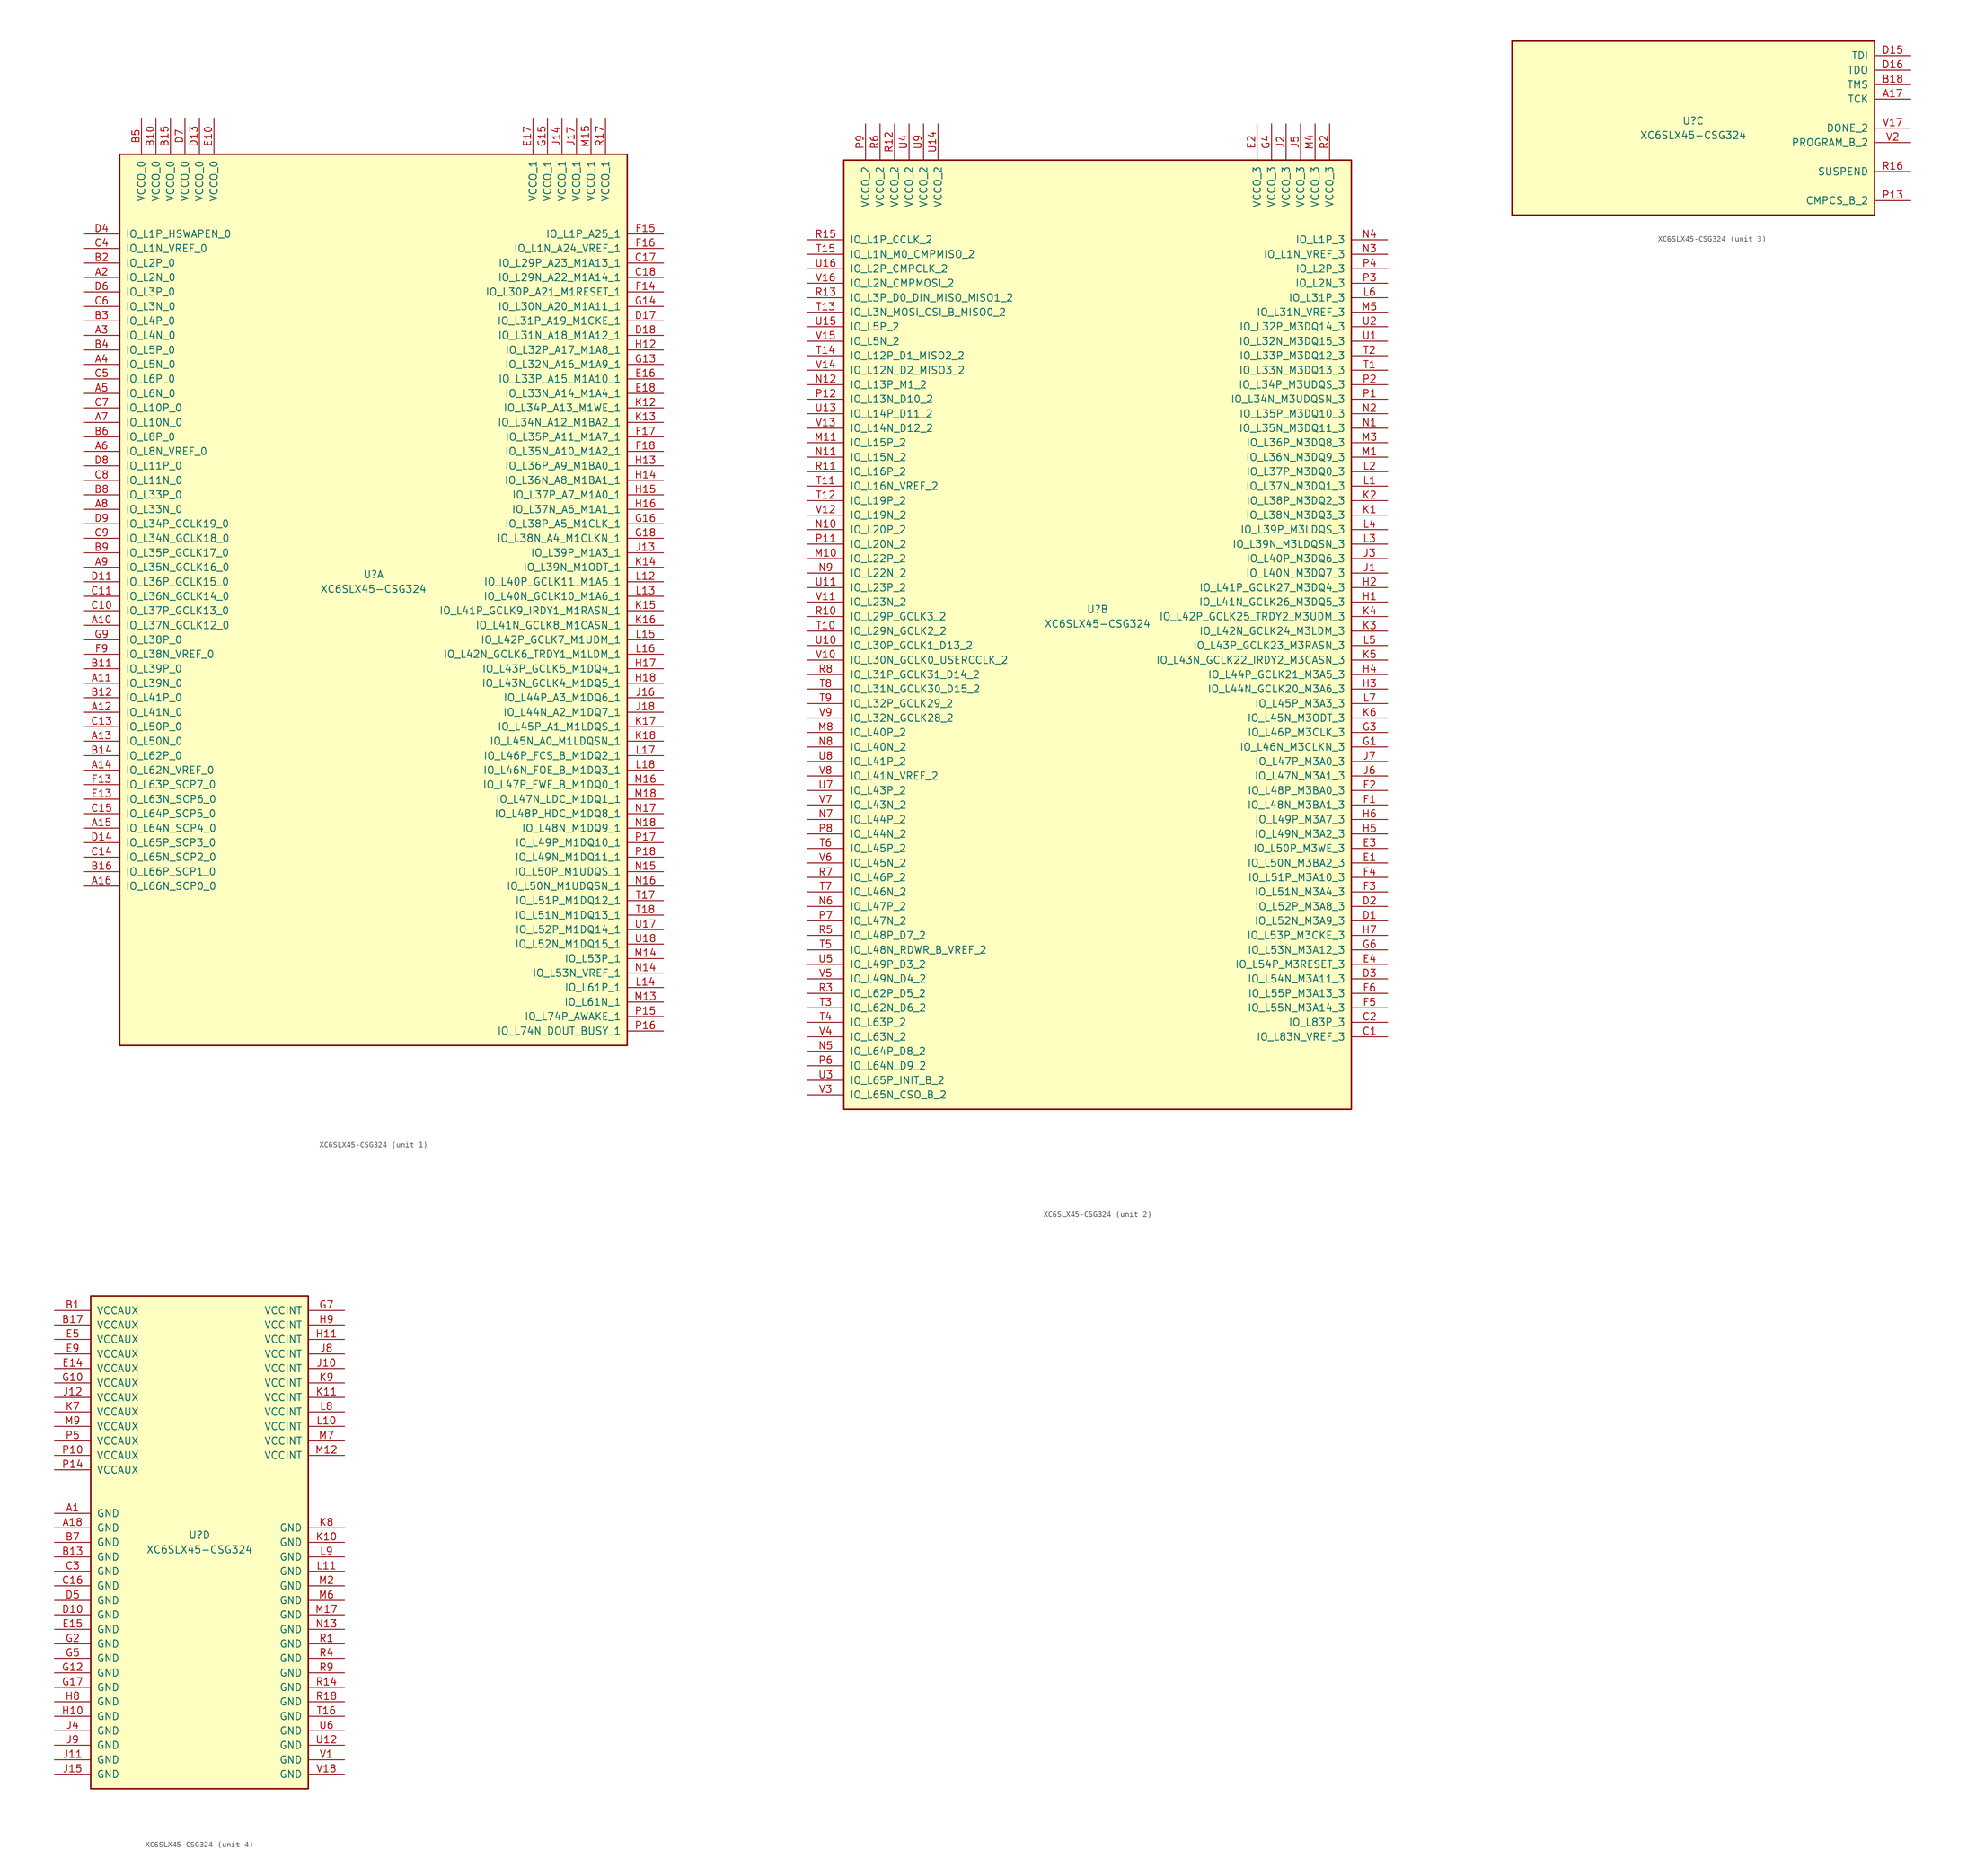
<source format=kicad_sym>
(kicad_symbol_lib
  (version 20201005)
  (generator kicad_symbol_editor)
  (symbol "XC6SLX45-CSG324"
    (pin_names
      (offset 1.016))
    (property "Reference" "U"
      (at 0 1.27 0)
      (effects (font (size 1.27 1.27))))
    (property "Value" "XC6SLX45-CSG324"
      (at 0 -1.27 0)
      (effects (font (size 1.27 1.27))))
    (property "Datasheet" ""
      (at 0 0 0)
      (effects (font (size 1.27 1.27))))
    (property "ki_locked" ""
      (at 0 0 0)
      (effects (font (size 1.27 1.27))))
    (symbol "XC6SLX45-CSG324_1_1"
      (rectangle (start -44.45 74.93) (end 44.45 -81.28) (stroke (width 0.254)) (fill (type background)))
      (pin power_in line (at -40.64 81.28 270) (length 6.35) (name "VCCO_0" (effects (font (size 1.27 1.27)))) (number "B5" (effects (font (size 1.27 1.27)))))
      (pin power_in line (at -38.1 81.28 270) (length 6.35) (name "VCCO_0" (effects (font (size 1.27 1.27)))) (number "B10" (effects (font (size 1.27 1.27)))))
      (pin power_in line (at -35.56 81.28 270) (length 6.35) (name "VCCO_0" (effects (font (size 1.27 1.27)))) (number "B15" (effects (font (size 1.27 1.27)))))
      (pin power_in line (at -33.02 81.28 270) (length 6.35) (name "VCCO_0" (effects (font (size 1.27 1.27)))) (number "D7" (effects (font (size 1.27 1.27)))))
      (pin power_in line (at -30.48 81.28 270) (length 6.35) (name "VCCO_0" (effects (font (size 1.27 1.27)))) (number "D13" (effects (font (size 1.27 1.27)))))
      (pin power_in line (at -27.94 81.28 270) (length 6.35) (name "VCCO_0" (effects (font (size 1.27 1.27)))) (number "E10" (effects (font (size 1.27 1.27)))))
      (pin bidirectional line (at -50.8 60.96 0) (length 6.35) (name "IO_L1P_HSWAPEN_0" (effects (font (size 1.27 1.27)))) (number "D4" (effects (font (size 1.27 1.27)))))
      (pin bidirectional line (at -50.8 58.42 0) (length 6.35) (name "IO_L1N_VREF_0" (effects (font (size 1.27 1.27)))) (number "C4" (effects (font (size 1.27 1.27)))))
      (pin bidirectional line (at -50.8 55.88 0) (length 6.35) (name "IO_L2P_0" (effects (font (size 1.27 1.27)))) (number "B2" (effects (font (size 1.27 1.27)))))
      (pin bidirectional line (at -50.8 53.34 0) (length 6.35) (name "IO_L2N_0" (effects (font (size 1.27 1.27)))) (number "A2" (effects (font (size 1.27 1.27)))))
      (pin bidirectional line (at -50.8 50.8 0) (length 6.35) (name "IO_L3P_0" (effects (font (size 1.27 1.27)))) (number "D6" (effects (font (size 1.27 1.27)))))
      (pin bidirectional line (at -50.8 48.26 0) (length 6.35) (name "IO_L3N_0" (effects (font (size 1.27 1.27)))) (number "C6" (effects (font (size 1.27 1.27)))))
      (pin bidirectional line (at -50.8 45.72 0) (length 6.35) (name "IO_L4P_0" (effects (font (size 1.27 1.27)))) (number "B3" (effects (font (size 1.27 1.27)))))
      (pin bidirectional line (at -50.8 43.18 0) (length 6.35) (name "IO_L4N_0" (effects (font (size 1.27 1.27)))) (number "A3" (effects (font (size 1.27 1.27)))))
      (pin bidirectional line (at -50.8 40.64 0) (length 6.35) (name "IO_L5P_0" (effects (font (size 1.27 1.27)))) (number "B4" (effects (font (size 1.27 1.27)))))
      (pin bidirectional line (at -50.8 38.1 0) (length 6.35) (name "IO_L5N_0" (effects (font (size 1.27 1.27)))) (number "A4" (effects (font (size 1.27 1.27)))))
      (pin bidirectional line (at -50.8 35.56 0) (length 6.35) (name "IO_L6P_0" (effects (font (size 1.27 1.27)))) (number "C5" (effects (font (size 1.27 1.27)))))
      (pin bidirectional line (at -50.8 33.02 0) (length 6.35) (name "IO_L6N_0" (effects (font (size 1.27 1.27)))) (number "A5" (effects (font (size 1.27 1.27)))))
      (pin bidirectional line (at -50.8 30.48 0) (length 6.35) (name "IO_L10P_0" (effects (font (size 1.27 1.27)))) (number "C7" (effects (font (size 1.27 1.27)))))
      (pin bidirectional line (at -50.8 27.94 0) (length 6.35) (name "IO_L10N_0" (effects (font (size 1.27 1.27)))) (number "A7" (effects (font (size 1.27 1.27)))))
      (pin bidirectional line (at -50.8 25.4 0) (length 6.35) (name "IO_L8P_0" (effects (font (size 1.27 1.27)))) (number "B6" (effects (font (size 1.27 1.27)))))
      (pin bidirectional line (at -50.8 22.86 0) (length 6.35) (name "IO_L8N_VREF_0" (effects (font (size 1.27 1.27)))) (number "A6" (effects (font (size 1.27 1.27)))))
      (pin bidirectional line (at -50.8 20.32 0) (length 6.35) (name "IO_L11P_0" (effects (font (size 1.27 1.27)))) (number "D8" (effects (font (size 1.27 1.27)))))
      (pin bidirectional line (at -50.8 17.78 0) (length 6.35) (name "IO_L11N_0" (effects (font (size 1.27 1.27)))) (number "C8" (effects (font (size 1.27 1.27)))))
      (pin bidirectional line (at -50.8 15.24 0) (length 6.35) (name "IO_L33P_0" (effects (font (size 1.27 1.27)))) (number "B8" (effects (font (size 1.27 1.27)))))
      (pin bidirectional line (at -50.8 12.7 0) (length 6.35) (name "IO_L33N_0" (effects (font (size 1.27 1.27)))) (number "A8" (effects (font (size 1.27 1.27)))))
      (pin bidirectional line (at -50.8 10.16 0) (length 6.35) (name "IO_L34P_GCLK19_0" (effects (font (size 1.27 1.27)))) (number "D9" (effects (font (size 1.27 1.27)))))
      (pin bidirectional line (at -50.8 7.62 0) (length 6.35) (name "IO_L34N_GCLK18_0" (effects (font (size 1.27 1.27)))) (number "C9" (effects (font (size 1.27 1.27)))))
      (pin bidirectional line (at -50.8 5.08 0) (length 6.35) (name "IO_L35P_GCLK17_0" (effects (font (size 1.27 1.27)))) (number "B9" (effects (font (size 1.27 1.27)))))
      (pin bidirectional line (at -50.8 2.54 0) (length 6.35) (name "IO_L35N_GCLK16_0" (effects (font (size 1.27 1.27)))) (number "A9" (effects (font (size 1.27 1.27)))))
      (pin bidirectional line (at -50.8 0 0) (length 6.35) (name "IO_L36P_GCLK15_0" (effects (font (size 1.27 1.27)))) (number "D11" (effects (font (size 1.27 1.27)))))
      (pin bidirectional line (at -50.8 -2.54 0) (length 6.35) (name "IO_L36N_GCLK14_0" (effects (font (size 1.27 1.27)))) (number "C11" (effects (font (size 1.27 1.27)))))
      (pin bidirectional line (at -50.8 -5.08 0) (length 6.35) (name "IO_L37P_GCLK13_0" (effects (font (size 1.27 1.27)))) (number "C10" (effects (font (size 1.27 1.27)))))
      (pin bidirectional line (at -50.8 -7.62 0) (length 6.35) (name "IO_L37N_GCLK12_0" (effects (font (size 1.27 1.27)))) (number "A10" (effects (font (size 1.27 1.27)))))
      (pin bidirectional line (at -50.8 -10.16 0) (length 6.35) (name "IO_L38P_0" (effects (font (size 1.27 1.27)))) (number "G9" (effects (font (size 1.27 1.27)))))
      (pin bidirectional line (at -50.8 -12.7 0) (length 6.35) (name "IO_L38N_VREF_0" (effects (font (size 1.27 1.27)))) (number "F9" (effects (font (size 1.27 1.27)))))
      (pin bidirectional line (at -50.8 -15.24 0) (length 6.35) (name "IO_L39P_0" (effects (font (size 1.27 1.27)))) (number "B11" (effects (font (size 1.27 1.27)))))
      (pin bidirectional line (at -50.8 -17.78 0) (length 6.35) (name "IO_L39N_0" (effects (font (size 1.27 1.27)))) (number "A11" (effects (font (size 1.27 1.27)))))
      (pin bidirectional line (at -50.8 -20.32 0) (length 6.35) (name "IO_L41P_0" (effects (font (size 1.27 1.27)))) (number "B12" (effects (font (size 1.27 1.27)))))
      (pin bidirectional line (at -50.8 -22.86 0) (length 6.35) (name "IO_L41N_0" (effects (font (size 1.27 1.27)))) (number "A12" (effects (font (size 1.27 1.27)))))
      (pin bidirectional line (at -50.8 -25.4 0) (length 6.35) (name "IO_L50P_0" (effects (font (size 1.27 1.27)))) (number "C13" (effects (font (size 1.27 1.27)))))
      (pin bidirectional line (at -50.8 -27.94 0) (length 6.35) (name "IO_L50N_0" (effects (font (size 1.27 1.27)))) (number "A13" (effects (font (size 1.27 1.27)))))
      (pin bidirectional line (at -50.8 -30.48 0) (length 6.35) (name "IO_L62P_0" (effects (font (size 1.27 1.27)))) (number "B14" (effects (font (size 1.27 1.27)))))
      (pin bidirectional line (at -50.8 -33.02 0) (length 6.35) (name "IO_L62N_VREF_0" (effects (font (size 1.27 1.27)))) (number "A14" (effects (font (size 1.27 1.27)))))
      (pin bidirectional line (at -50.8 -35.56 0) (length 6.35) (name "IO_L63P_SCP7_0" (effects (font (size 1.27 1.27)))) (number "F13" (effects (font (size 1.27 1.27)))))
      (pin bidirectional line (at -50.8 -38.1 0) (length 6.35) (name "IO_L63N_SCP6_0" (effects (font (size 1.27 1.27)))) (number "E13" (effects (font (size 1.27 1.27)))))
      (pin bidirectional line (at -50.8 -40.64 0) (length 6.35) (name "IO_L64P_SCP5_0" (effects (font (size 1.27 1.27)))) (number "C15" (effects (font (size 1.27 1.27)))))
      (pin bidirectional line (at -50.8 -43.18 0) (length 6.35) (name "IO_L64N_SCP4_0" (effects (font (size 1.27 1.27)))) (number "A15" (effects (font (size 1.27 1.27)))))
      (pin bidirectional line (at -50.8 -45.72 0) (length 6.35) (name "IO_L65P_SCP3_0" (effects (font (size 1.27 1.27)))) (number "D14" (effects (font (size 1.27 1.27)))))
      (pin bidirectional line (at -50.8 -48.26 0) (length 6.35) (name "IO_L65N_SCP2_0" (effects (font (size 1.27 1.27)))) (number "C14" (effects (font (size 1.27 1.27)))))
      (pin bidirectional line (at -50.8 -50.8 0) (length 6.35) (name "IO_L66P_SCP1_0" (effects (font (size 1.27 1.27)))) (number "B16" (effects (font (size 1.27 1.27)))))
      (pin bidirectional line (at -50.8 -53.34 0) (length 6.35) (name "IO_L66N_SCP0_0" (effects (font (size 1.27 1.27)))) (number "A16" (effects (font (size 1.27 1.27)))))
      (pin power_in line (at 27.94 81.28 270) (length 6.35) (name "VCCO_1" (effects (font (size 1.27 1.27)))) (number "E17" (effects (font (size 1.27 1.27)))))
      (pin power_in line (at 30.48 81.28 270) (length 6.35) (name "VCCO_1" (effects (font (size 1.27 1.27)))) (number "G15" (effects (font (size 1.27 1.27)))))
      (pin power_in line (at 33.02 81.28 270) (length 6.35) (name "VCCO_1" (effects (font (size 1.27 1.27)))) (number "J14" (effects (font (size 1.27 1.27)))))
      (pin power_in line (at 35.56 81.28 270) (length 6.35) (name "VCCO_1" (effects (font (size 1.27 1.27)))) (number "J17" (effects (font (size 1.27 1.27)))))
      (pin power_in line (at 38.1 81.28 270) (length 6.35) (name "VCCO_1" (effects (font (size 1.27 1.27)))) (number "M15" (effects (font (size 1.27 1.27)))))
      (pin power_in line (at 40.64 81.28 270) (length 6.35) (name "VCCO_1" (effects (font (size 1.27 1.27)))) (number "R17" (effects (font (size 1.27 1.27)))))
      (pin bidirectional line (at 50.8 60.96 180) (length 6.35) (name "IO_L1P_A25_1" (effects (font (size 1.27 1.27)))) (number "F15" (effects (font (size 1.27 1.27)))))
      (pin bidirectional line (at 50.8 58.42 180) (length 6.35) (name "IO_L1N_A24_VREF_1" (effects (font (size 1.27 1.27)))) (number "F16" (effects (font (size 1.27 1.27)))))
      (pin bidirectional line (at 50.8 55.88 180) (length 6.35) (name "IO_L29P_A23_M1A13_1" (effects (font (size 1.27 1.27)))) (number "C17" (effects (font (size 1.27 1.27)))))
      (pin bidirectional line (at 50.8 53.34 180) (length 6.35) (name "IO_L29N_A22_M1A14_1" (effects (font (size 1.27 1.27)))) (number "C18" (effects (font (size 1.27 1.27)))))
      (pin bidirectional line (at 50.8 50.8 180) (length 6.35) (name "IO_L30P_A21_M1RESET_1" (effects (font (size 1.27 1.27)))) (number "F14" (effects (font (size 1.27 1.27)))))
      (pin bidirectional line (at 50.8 48.26 180) (length 6.35) (name "IO_L30N_A20_M1A11_1" (effects (font (size 1.27 1.27)))) (number "G14" (effects (font (size 1.27 1.27)))))
      (pin bidirectional line (at 50.8 45.72 180) (length 6.35) (name "IO_L31P_A19_M1CKE_1" (effects (font (size 1.27 1.27)))) (number "D17" (effects (font (size 1.27 1.27)))))
      (pin bidirectional line (at 50.8 43.18 180) (length 6.35) (name "IO_L31N_A18_M1A12_1" (effects (font (size 1.27 1.27)))) (number "D18" (effects (font (size 1.27 1.27)))))
      (pin bidirectional line (at 50.8 40.64 180) (length 6.35) (name "IO_L32P_A17_M1A8_1" (effects (font (size 1.27 1.27)))) (number "H12" (effects (font (size 1.27 1.27)))))
      (pin bidirectional line (at 50.8 38.1 180) (length 6.35) (name "IO_L32N_A16_M1A9_1" (effects (font (size 1.27 1.27)))) (number "G13" (effects (font (size 1.27 1.27)))))
      (pin bidirectional line (at 50.8 35.56 180) (length 6.35) (name "IO_L33P_A15_M1A10_1" (effects (font (size 1.27 1.27)))) (number "E16" (effects (font (size 1.27 1.27)))))
      (pin bidirectional line (at 50.8 33.02 180) (length 6.35) (name "IO_L33N_A14_M1A4_1" (effects (font (size 1.27 1.27)))) (number "E18" (effects (font (size 1.27 1.27)))))
      (pin bidirectional line (at 50.8 30.48 180) (length 6.35) (name "IO_L34P_A13_M1WE_1" (effects (font (size 1.27 1.27)))) (number "K12" (effects (font (size 1.27 1.27)))))
      (pin bidirectional line (at 50.8 27.94 180) (length 6.35) (name "IO_L34N_A12_M1BA2_1" (effects (font (size 1.27 1.27)))) (number "K13" (effects (font (size 1.27 1.27)))))
      (pin bidirectional line (at 50.8 25.4 180) (length 6.35) (name "IO_L35P_A11_M1A7_1" (effects (font (size 1.27 1.27)))) (number "F17" (effects (font (size 1.27 1.27)))))
      (pin bidirectional line (at 50.8 22.86 180) (length 6.35) (name "IO_L35N_A10_M1A2_1" (effects (font (size 1.27 1.27)))) (number "F18" (effects (font (size 1.27 1.27)))))
      (pin bidirectional line (at 50.8 20.32 180) (length 6.35) (name "IO_L36P_A9_M1BA0_1" (effects (font (size 1.27 1.27)))) (number "H13" (effects (font (size 1.27 1.27)))))
      (pin bidirectional line (at 50.8 17.78 180) (length 6.35) (name "IO_L36N_A8_M1BA1_1" (effects (font (size 1.27 1.27)))) (number "H14" (effects (font (size 1.27 1.27)))))
      (pin bidirectional line (at 50.8 15.24 180) (length 6.35) (name "IO_L37P_A7_M1A0_1" (effects (font (size 1.27 1.27)))) (number "H15" (effects (font (size 1.27 1.27)))))
      (pin bidirectional line (at 50.8 12.7 180) (length 6.35) (name "IO_L37N_A6_M1A1_1" (effects (font (size 1.27 1.27)))) (number "H16" (effects (font (size 1.27 1.27)))))
      (pin bidirectional line (at 50.8 10.16 180) (length 6.35) (name "IO_L38P_A5_M1CLK_1" (effects (font (size 1.27 1.27)))) (number "G16" (effects (font (size 1.27 1.27)))))
      (pin bidirectional line (at 50.8 7.62 180) (length 6.35) (name "IO_L38N_A4_M1CLKN_1" (effects (font (size 1.27 1.27)))) (number "G18" (effects (font (size 1.27 1.27)))))
      (pin bidirectional line (at 50.8 5.08 180) (length 6.35) (name "IO_L39P_M1A3_1" (effects (font (size 1.27 1.27)))) (number "J13" (effects (font (size 1.27 1.27)))))
      (pin bidirectional line (at 50.8 2.54 180) (length 6.35) (name "IO_L39N_M1ODT_1" (effects (font (size 1.27 1.27)))) (number "K14" (effects (font (size 1.27 1.27)))))
      (pin bidirectional line (at 50.8 0 180) (length 6.35) (name "IO_L40P_GCLK11_M1A5_1" (effects (font (size 1.27 1.27)))) (number "L12" (effects (font (size 1.27 1.27)))))
      (pin bidirectional line (at 50.8 -2.54 180) (length 6.35) (name "IO_L40N_GCLK10_M1A6_1" (effects (font (size 1.27 1.27)))) (number "L13" (effects (font (size 1.27 1.27)))))
      (pin bidirectional line (at 50.8 -5.08 180) (length 6.35) (name "IO_L41P_GCLK9_IRDY1_M1RASN_1" (effects (font (size 1.27 1.27)))) (number "K15" (effects (font (size 1.27 1.27)))))
      (pin bidirectional line (at 50.8 -7.62 180) (length 6.35) (name "IO_L41N_GCLK8_M1CASN_1" (effects (font (size 1.27 1.27)))) (number "K16" (effects (font (size 1.27 1.27)))))
      (pin bidirectional line (at 50.8 -10.16 180) (length 6.35) (name "IO_L42P_GCLK7_M1UDM_1" (effects (font (size 1.27 1.27)))) (number "L15" (effects (font (size 1.27 1.27)))))
      (pin bidirectional line (at 50.8 -12.7 180) (length 6.35) (name "IO_L42N_GCLK6_TRDY1_M1LDM_1" (effects (font (size 1.27 1.27)))) (number "L16" (effects (font (size 1.27 1.27)))))
      (pin bidirectional line (at 50.8 -15.24 180) (length 6.35) (name "IO_L43P_GCLK5_M1DQ4_1" (effects (font (size 1.27 1.27)))) (number "H17" (effects (font (size 1.27 1.27)))))
      (pin bidirectional line (at 50.8 -17.78 180) (length 6.35) (name "IO_L43N_GCLK4_M1DQ5_1" (effects (font (size 1.27 1.27)))) (number "H18" (effects (font (size 1.27 1.27)))))
      (pin bidirectional line (at 50.8 -20.32 180) (length 6.35) (name "IO_L44P_A3_M1DQ6_1" (effects (font (size 1.27 1.27)))) (number "J16" (effects (font (size 1.27 1.27)))))
      (pin bidirectional line (at 50.8 -22.86 180) (length 6.35) (name "IO_L44N_A2_M1DQ7_1" (effects (font (size 1.27 1.27)))) (number "J18" (effects (font (size 1.27 1.27)))))
      (pin bidirectional line (at 50.8 -25.4 180) (length 6.35) (name "IO_L45P_A1_M1LDQS_1" (effects (font (size 1.27 1.27)))) (number "K17" (effects (font (size 1.27 1.27)))))
      (pin bidirectional line (at 50.8 -27.94 180) (length 6.35) (name "IO_L45N_A0_M1LDQSN_1" (effects (font (size 1.27 1.27)))) (number "K18" (effects (font (size 1.27 1.27)))))
      (pin bidirectional line (at 50.8 -30.48 180) (length 6.35) (name "IO_L46P_FCS_B_M1DQ2_1" (effects (font (size 1.27 1.27)))) (number "L17" (effects (font (size 1.27 1.27)))))
      (pin bidirectional line (at 50.8 -33.02 180) (length 6.35) (name "IO_L46N_FOE_B_M1DQ3_1" (effects (font (size 1.27 1.27)))) (number "L18" (effects (font (size 1.27 1.27)))))
      (pin bidirectional line (at 50.8 -35.56 180) (length 6.35) (name "IO_L47P_FWE_B_M1DQ0_1" (effects (font (size 1.27 1.27)))) (number "M16" (effects (font (size 1.27 1.27)))))
      (pin bidirectional line (at 50.8 -38.1 180) (length 6.35) (name "IO_L47N_LDC_M1DQ1_1" (effects (font (size 1.27 1.27)))) (number "M18" (effects (font (size 1.27 1.27)))))
      (pin bidirectional line (at 50.8 -40.64 180) (length 6.35) (name "IO_L48P_HDC_M1DQ8_1" (effects (font (size 1.27 1.27)))) (number "N17" (effects (font (size 1.27 1.27)))))
      (pin bidirectional line (at 50.8 -43.18 180) (length 6.35) (name "IO_L48N_M1DQ9_1" (effects (font (size 1.27 1.27)))) (number "N18" (effects (font (size 1.27 1.27)))))
      (pin bidirectional line (at 50.8 -45.72 180) (length 6.35) (name "IO_L49P_M1DQ10_1" (effects (font (size 1.27 1.27)))) (number "P17" (effects (font (size 1.27 1.27)))))
      (pin bidirectional line (at 50.8 -48.26 180) (length 6.35) (name "IO_L49N_M1DQ11_1" (effects (font (size 1.27 1.27)))) (number "P18" (effects (font (size 1.27 1.27)))))
      (pin bidirectional line (at 50.8 -50.8 180) (length 6.35) (name "IO_L50P_M1UDQS_1" (effects (font (size 1.27 1.27)))) (number "N15" (effects (font (size 1.27 1.27)))))
      (pin bidirectional line (at 50.8 -53.34 180) (length 6.35) (name "IO_L50N_M1UDQSN_1" (effects (font (size 1.27 1.27)))) (number "N16" (effects (font (size 1.27 1.27)))))
      (pin bidirectional line (at 50.8 -55.88 180) (length 6.35) (name "IO_L51P_M1DQ12_1" (effects (font (size 1.27 1.27)))) (number "T17" (effects (font (size 1.27 1.27)))))
      (pin bidirectional line (at 50.8 -58.42 180) (length 6.35) (name "IO_L51N_M1DQ13_1" (effects (font (size 1.27 1.27)))) (number "T18" (effects (font (size 1.27 1.27)))))
      (pin bidirectional line (at 50.8 -60.96 180) (length 6.35) (name "IO_L52P_M1DQ14_1" (effects (font (size 1.27 1.27)))) (number "U17" (effects (font (size 1.27 1.27)))))
      (pin bidirectional line (at 50.8 -63.5 180) (length 6.35) (name "IO_L52N_M1DQ15_1" (effects (font (size 1.27 1.27)))) (number "U18" (effects (font (size 1.27 1.27)))))
      (pin bidirectional line (at 50.8 -66.04 180) (length 6.35) (name "IO_L53P_1" (effects (font (size 1.27 1.27)))) (number "M14" (effects (font (size 1.27 1.27)))))
      (pin bidirectional line (at 50.8 -68.58 180) (length 6.35) (name "IO_L53N_VREF_1" (effects (font (size 1.27 1.27)))) (number "N14" (effects (font (size 1.27 1.27)))))
      (pin bidirectional line (at 50.8 -71.12 180) (length 6.35) (name "IO_L61P_1" (effects (font (size 1.27 1.27)))) (number "L14" (effects (font (size 1.27 1.27)))))
      (pin bidirectional line (at 50.8 -73.66 180) (length 6.35) (name "IO_L61N_1" (effects (font (size 1.27 1.27)))) (number "M13" (effects (font (size 1.27 1.27)))))
      (pin bidirectional line (at 50.8 -76.2 180) (length 6.35) (name "IO_L74P_AWAKE_1" (effects (font (size 1.27 1.27)))) (number "P15" (effects (font (size 1.27 1.27)))))
      (pin bidirectional line (at 50.8 -78.74 180) (length 6.35) (name "IO_L74N_DOUT_BUSY_1" (effects (font (size 1.27 1.27)))) (number "P16" (effects (font (size 1.27 1.27))))))
    (symbol "XC6SLX45-CSG324_2_1"
      (rectangle (start -44.45 80.01) (end 44.45 -86.36) (stroke (width 0.254)) (fill (type background)))
      (pin power_in line (at -40.64 86.36 270) (length 6.35) (name "VCCO_2" (effects (font (size 1.27 1.27)))) (number "P9" (effects (font (size 1.27 1.27)))))
      (pin power_in line (at -38.1 86.36 270) (length 6.35) (name "VCCO_2" (effects (font (size 1.27 1.27)))) (number "R6" (effects (font (size 1.27 1.27)))))
      (pin power_in line (at -35.56 86.36 270) (length 6.35) (name "VCCO_2" (effects (font (size 1.27 1.27)))) (number "R12" (effects (font (size 1.27 1.27)))))
      (pin power_in line (at -33.02 86.36 270) (length 6.35) (name "VCCO_2" (effects (font (size 1.27 1.27)))) (number "U4" (effects (font (size 1.27 1.27)))))
      (pin power_in line (at -30.48 86.36 270) (length 6.35) (name "VCCO_2" (effects (font (size 1.27 1.27)))) (number "U9" (effects (font (size 1.27 1.27)))))
      (pin power_in line (at -27.94 86.36 270) (length 6.35) (name "VCCO_2" (effects (font (size 1.27 1.27)))) (number "U14" (effects (font (size 1.27 1.27)))))
      (pin bidirectional line (at -50.8 66.04 0) (length 6.35) (name "IO_L1P_CCLK_2" (effects (font (size 1.27 1.27)))) (number "R15" (effects (font (size 1.27 1.27)))))
      (pin bidirectional line (at -50.8 63.5 0) (length 6.35) (name "IO_L1N_M0_CMPMISO_2" (effects (font (size 1.27 1.27)))) (number "T15" (effects (font (size 1.27 1.27)))))
      (pin bidirectional line (at -50.8 60.96 0) (length 6.35) (name "IO_L2P_CMPCLK_2" (effects (font (size 1.27 1.27)))) (number "U16" (effects (font (size 1.27 1.27)))))
      (pin bidirectional line (at -50.8 58.42 0) (length 6.35) (name "IO_L2N_CMPMOSI_2" (effects (font (size 1.27 1.27)))) (number "V16" (effects (font (size 1.27 1.27)))))
      (pin bidirectional line (at -50.8 55.88 0) (length 6.35) (name "IO_L3P_D0_DIN_MISO_MISO1_2" (effects (font (size 1.27 1.27)))) (number "R13" (effects (font (size 1.27 1.27)))))
      (pin bidirectional line (at -50.8 53.34 0) (length 6.35) (name "IO_L3N_MOSI_CSI_B_MISO0_2" (effects (font (size 1.27 1.27)))) (number "T13" (effects (font (size 1.27 1.27)))))
      (pin bidirectional line (at -50.8 50.8 0) (length 6.35) (name "IO_L5P_2" (effects (font (size 1.27 1.27)))) (number "U15" (effects (font (size 1.27 1.27)))))
      (pin bidirectional line (at -50.8 48.26 0) (length 6.35) (name "IO_L5N_2" (effects (font (size 1.27 1.27)))) (number "V15" (effects (font (size 1.27 1.27)))))
      (pin bidirectional line (at -50.8 45.72 0) (length 6.35) (name "IO_L12P_D1_MISO2_2" (effects (font (size 1.27 1.27)))) (number "T14" (effects (font (size 1.27 1.27)))))
      (pin bidirectional line (at -50.8 43.18 0) (length 6.35) (name "IO_L12N_D2_MISO3_2" (effects (font (size 1.27 1.27)))) (number "V14" (effects (font (size 1.27 1.27)))))
      (pin bidirectional line (at -50.8 40.64 0) (length 6.35) (name "IO_L13P_M1_2" (effects (font (size 1.27 1.27)))) (number "N12" (effects (font (size 1.27 1.27)))))
      (pin bidirectional line (at -50.8 38.1 0) (length 6.35) (name "IO_L13N_D10_2" (effects (font (size 1.27 1.27)))) (number "P12" (effects (font (size 1.27 1.27)))))
      (pin bidirectional line (at -50.8 35.56 0) (length 6.35) (name "IO_L14P_D11_2" (effects (font (size 1.27 1.27)))) (number "U13" (effects (font (size 1.27 1.27)))))
      (pin bidirectional line (at -50.8 33.02 0) (length 6.35) (name "IO_L14N_D12_2" (effects (font (size 1.27 1.27)))) (number "V13" (effects (font (size 1.27 1.27)))))
      (pin bidirectional line (at -50.8 30.48 0) (length 6.35) (name "IO_L15P_2" (effects (font (size 1.27 1.27)))) (number "M11" (effects (font (size 1.27 1.27)))))
      (pin bidirectional line (at -50.8 27.94 0) (length 6.35) (name "IO_L15N_2" (effects (font (size 1.27 1.27)))) (number "N11" (effects (font (size 1.27 1.27)))))
      (pin bidirectional line (at -50.8 25.4 0) (length 6.35) (name "IO_L16P_2" (effects (font (size 1.27 1.27)))) (number "R11" (effects (font (size 1.27 1.27)))))
      (pin bidirectional line (at -50.8 22.86 0) (length 6.35) (name "IO_L16N_VREF_2" (effects (font (size 1.27 1.27)))) (number "T11" (effects (font (size 1.27 1.27)))))
      (pin bidirectional line (at -50.8 20.32 0) (length 6.35) (name "IO_L19P_2" (effects (font (size 1.27 1.27)))) (number "T12" (effects (font (size 1.27 1.27)))))
      (pin bidirectional line (at -50.8 17.78 0) (length 6.35) (name "IO_L19N_2" (effects (font (size 1.27 1.27)))) (number "V12" (effects (font (size 1.27 1.27)))))
      (pin bidirectional line (at -50.8 15.24 0) (length 6.35) (name "IO_L20P_2" (effects (font (size 1.27 1.27)))) (number "N10" (effects (font (size 1.27 1.27)))))
      (pin bidirectional line (at -50.8 12.7 0) (length 6.35) (name "IO_L20N_2" (effects (font (size 1.27 1.27)))) (number "P11" (effects (font (size 1.27 1.27)))))
      (pin bidirectional line (at -50.8 10.16 0) (length 6.35) (name "IO_L22P_2" (effects (font (size 1.27 1.27)))) (number "M10" (effects (font (size 1.27 1.27)))))
      (pin bidirectional line (at -50.8 7.62 0) (length 6.35) (name "IO_L22N_2" (effects (font (size 1.27 1.27)))) (number "N9" (effects (font (size 1.27 1.27)))))
      (pin bidirectional line (at -50.8 5.08 0) (length 6.35) (name "IO_L23P_2" (effects (font (size 1.27 1.27)))) (number "U11" (effects (font (size 1.27 1.27)))))
      (pin bidirectional line (at -50.8 2.54 0) (length 6.35) (name "IO_L23N_2" (effects (font (size 1.27 1.27)))) (number "V11" (effects (font (size 1.27 1.27)))))
      (pin bidirectional line (at -50.8 0 0) (length 6.35) (name "IO_L29P_GCLK3_2" (effects (font (size 1.27 1.27)))) (number "R10" (effects (font (size 1.27 1.27)))))
      (pin bidirectional line (at -50.8 -2.54 0) (length 6.35) (name "IO_L29N_GCLK2_2" (effects (font (size 1.27 1.27)))) (number "T10" (effects (font (size 1.27 1.27)))))
      (pin bidirectional line (at -50.8 -5.08 0) (length 6.35) (name "IO_L30P_GCLK1_D13_2" (effects (font (size 1.27 1.27)))) (number "U10" (effects (font (size 1.27 1.27)))))
      (pin bidirectional line (at -50.8 -7.62 0) (length 6.35) (name "IO_L30N_GCLK0_USERCCLK_2" (effects (font (size 1.27 1.27)))) (number "V10" (effects (font (size 1.27 1.27)))))
      (pin bidirectional line (at -50.8 -10.16 0) (length 6.35) (name "IO_L31P_GCLK31_D14_2" (effects (font (size 1.27 1.27)))) (number "R8" (effects (font (size 1.27 1.27)))))
      (pin bidirectional line (at -50.8 -12.7 0) (length 6.35) (name "IO_L31N_GCLK30_D15_2" (effects (font (size 1.27 1.27)))) (number "T8" (effects (font (size 1.27 1.27)))))
      (pin bidirectional line (at -50.8 -15.24 0) (length 6.35) (name "IO_L32P_GCLK29_2" (effects (font (size 1.27 1.27)))) (number "T9" (effects (font (size 1.27 1.27)))))
      (pin bidirectional line (at -50.8 -17.78 0) (length 6.35) (name "IO_L32N_GCLK28_2" (effects (font (size 1.27 1.27)))) (number "V9" (effects (font (size 1.27 1.27)))))
      (pin bidirectional line (at -50.8 -20.32 0) (length 6.35) (name "IO_L40P_2" (effects (font (size 1.27 1.27)))) (number "M8" (effects (font (size 1.27 1.27)))))
      (pin bidirectional line (at -50.8 -22.86 0) (length 6.35) (name "IO_L40N_2" (effects (font (size 1.27 1.27)))) (number "N8" (effects (font (size 1.27 1.27)))))
      (pin bidirectional line (at -50.8 -25.4 0) (length 6.35) (name "IO_L41P_2" (effects (font (size 1.27 1.27)))) (number "U8" (effects (font (size 1.27 1.27)))))
      (pin bidirectional line (at -50.8 -27.94 0) (length 6.35) (name "IO_L41N_VREF_2" (effects (font (size 1.27 1.27)))) (number "V8" (effects (font (size 1.27 1.27)))))
      (pin bidirectional line (at -50.8 -30.48 0) (length 6.35) (name "IO_L43P_2" (effects (font (size 1.27 1.27)))) (number "U7" (effects (font (size 1.27 1.27)))))
      (pin bidirectional line (at -50.8 -33.02 0) (length 6.35) (name "IO_L43N_2" (effects (font (size 1.27 1.27)))) (number "V7" (effects (font (size 1.27 1.27)))))
      (pin bidirectional line (at -50.8 -35.56 0) (length 6.35) (name "IO_L44P_2" (effects (font (size 1.27 1.27)))) (number "N7" (effects (font (size 1.27 1.27)))))
      (pin bidirectional line (at -50.8 -38.1 0) (length 6.35) (name "IO_L44N_2" (effects (font (size 1.27 1.27)))) (number "P8" (effects (font (size 1.27 1.27)))))
      (pin bidirectional line (at -50.8 -40.64 0) (length 6.35) (name "IO_L45P_2" (effects (font (size 1.27 1.27)))) (number "T6" (effects (font (size 1.27 1.27)))))
      (pin bidirectional line (at -50.8 -43.18 0) (length 6.35) (name "IO_L45N_2" (effects (font (size 1.27 1.27)))) (number "V6" (effects (font (size 1.27 1.27)))))
      (pin bidirectional line (at -50.8 -45.72 0) (length 6.35) (name "IO_L46P_2" (effects (font (size 1.27 1.27)))) (number "R7" (effects (font (size 1.27 1.27)))))
      (pin bidirectional line (at -50.8 -48.26 0) (length 6.35) (name "IO_L46N_2" (effects (font (size 1.27 1.27)))) (number "T7" (effects (font (size 1.27 1.27)))))
      (pin bidirectional line (at -50.8 -50.8 0) (length 6.35) (name "IO_L47P_2" (effects (font (size 1.27 1.27)))) (number "N6" (effects (font (size 1.27 1.27)))))
      (pin bidirectional line (at -50.8 -53.34 0) (length 6.35) (name "IO_L47N_2" (effects (font (size 1.27 1.27)))) (number "P7" (effects (font (size 1.27 1.27)))))
      (pin bidirectional line (at -50.8 -55.88 0) (length 6.35) (name "IO_L48P_D7_2" (effects (font (size 1.27 1.27)))) (number "R5" (effects (font (size 1.27 1.27)))))
      (pin bidirectional line (at -50.8 -58.42 0) (length 6.35) (name "IO_L48N_RDWR_B_VREF_2" (effects (font (size 1.27 1.27)))) (number "T5" (effects (font (size 1.27 1.27)))))
      (pin bidirectional line (at -50.8 -60.96 0) (length 6.35) (name "IO_L49P_D3_2" (effects (font (size 1.27 1.27)))) (number "U5" (effects (font (size 1.27 1.27)))))
      (pin bidirectional line (at -50.8 -63.5 0) (length 6.35) (name "IO_L49N_D4_2" (effects (font (size 1.27 1.27)))) (number "V5" (effects (font (size 1.27 1.27)))))
      (pin bidirectional line (at -50.8 -66.04 0) (length 6.35) (name "IO_L62P_D5_2" (effects (font (size 1.27 1.27)))) (number "R3" (effects (font (size 1.27 1.27)))))
      (pin bidirectional line (at -50.8 -68.58 0) (length 6.35) (name "IO_L62N_D6_2" (effects (font (size 1.27 1.27)))) (number "T3" (effects (font (size 1.27 1.27)))))
      (pin bidirectional line (at -50.8 -71.12 0) (length 6.35) (name "IO_L63P_2" (effects (font (size 1.27 1.27)))) (number "T4" (effects (font (size 1.27 1.27)))))
      (pin bidirectional line (at -50.8 -73.66 0) (length 6.35) (name "IO_L63N_2" (effects (font (size 1.27 1.27)))) (number "V4" (effects (font (size 1.27 1.27)))))
      (pin bidirectional line (at -50.8 -76.2 0) (length 6.35) (name "IO_L64P_D8_2" (effects (font (size 1.27 1.27)))) (number "N5" (effects (font (size 1.27 1.27)))))
      (pin bidirectional line (at -50.8 -78.74 0) (length 6.35) (name "IO_L64N_D9_2" (effects (font (size 1.27 1.27)))) (number "P6" (effects (font (size 1.27 1.27)))))
      (pin bidirectional line (at -50.8 -81.28 0) (length 6.35) (name "IO_L65P_INIT_B_2" (effects (font (size 1.27 1.27)))) (number "U3" (effects (font (size 1.27 1.27)))))
      (pin bidirectional line (at -50.8 -83.82 0) (length 6.35) (name "IO_L65N_CSO_B_2" (effects (font (size 1.27 1.27)))) (number "V3" (effects (font (size 1.27 1.27)))))
      (pin power_in line (at 27.94 86.36 270) (length 6.35) (name "VCCO_3" (effects (font (size 1.27 1.27)))) (number "E2" (effects (font (size 1.27 1.27)))))
      (pin power_in line (at 30.48 86.36 270) (length 6.35) (name "VCCO_3" (effects (font (size 1.27 1.27)))) (number "G4" (effects (font (size 1.27 1.27)))))
      (pin power_in line (at 33.02 86.36 270) (length 6.35) (name "VCCO_3" (effects (font (size 1.27 1.27)))) (number "J2" (effects (font (size 1.27 1.27)))))
      (pin power_in line (at 35.56 86.36 270) (length 6.35) (name "VCCO_3" (effects (font (size 1.27 1.27)))) (number "J5" (effects (font (size 1.27 1.27)))))
      (pin power_in line (at 38.1 86.36 270) (length 6.35) (name "VCCO_3" (effects (font (size 1.27 1.27)))) (number "M4" (effects (font (size 1.27 1.27)))))
      (pin power_in line (at 40.64 86.36 270) (length 6.35) (name "VCCO_3" (effects (font (size 1.27 1.27)))) (number "R2" (effects (font (size 1.27 1.27)))))
      (pin bidirectional line (at 50.8 66.04 180) (length 6.35) (name "IO_L1P_3" (effects (font (size 1.27 1.27)))) (number "N4" (effects (font (size 1.27 1.27)))))
      (pin bidirectional line (at 50.8 63.5 180) (length 6.35) (name "IO_L1N_VREF_3" (effects (font (size 1.27 1.27)))) (number "N3" (effects (font (size 1.27 1.27)))))
      (pin bidirectional line (at 50.8 60.96 180) (length 6.35) (name "IO_L2P_3" (effects (font (size 1.27 1.27)))) (number "P4" (effects (font (size 1.27 1.27)))))
      (pin bidirectional line (at 50.8 58.42 180) (length 6.35) (name "IO_L2N_3" (effects (font (size 1.27 1.27)))) (number "P3" (effects (font (size 1.27 1.27)))))
      (pin bidirectional line (at 50.8 55.88 180) (length 6.35) (name "IO_L31P_3" (effects (font (size 1.27 1.27)))) (number "L6" (effects (font (size 1.27 1.27)))))
      (pin bidirectional line (at 50.8 53.34 180) (length 6.35) (name "IO_L31N_VREF_3" (effects (font (size 1.27 1.27)))) (number "M5" (effects (font (size 1.27 1.27)))))
      (pin bidirectional line (at 50.8 50.8 180) (length 6.35) (name "IO_L32P_M3DQ14_3" (effects (font (size 1.27 1.27)))) (number "U2" (effects (font (size 1.27 1.27)))))
      (pin bidirectional line (at 50.8 48.26 180) (length 6.35) (name "IO_L32N_M3DQ15_3" (effects (font (size 1.27 1.27)))) (number "U1" (effects (font (size 1.27 1.27)))))
      (pin bidirectional line (at 50.8 45.72 180) (length 6.35) (name "IO_L33P_M3DQ12_3" (effects (font (size 1.27 1.27)))) (number "T2" (effects (font (size 1.27 1.27)))))
      (pin bidirectional line (at 50.8 43.18 180) (length 6.35) (name "IO_L33N_M3DQ13_3" (effects (font (size 1.27 1.27)))) (number "T1" (effects (font (size 1.27 1.27)))))
      (pin bidirectional line (at 50.8 40.64 180) (length 6.35) (name "IO_L34P_M3UDQS_3" (effects (font (size 1.27 1.27)))) (number "P2" (effects (font (size 1.27 1.27)))))
      (pin bidirectional line (at 50.8 38.1 180) (length 6.35) (name "IO_L34N_M3UDQSN_3" (effects (font (size 1.27 1.27)))) (number "P1" (effects (font (size 1.27 1.27)))))
      (pin bidirectional line (at 50.8 35.56 180) (length 6.35) (name "IO_L35P_M3DQ10_3" (effects (font (size 1.27 1.27)))) (number "N2" (effects (font (size 1.27 1.27)))))
      (pin bidirectional line (at 50.8 33.02 180) (length 6.35) (name "IO_L35N_M3DQ11_3" (effects (font (size 1.27 1.27)))) (number "N1" (effects (font (size 1.27 1.27)))))
      (pin bidirectional line (at 50.8 30.48 180) (length 6.35) (name "IO_L36P_M3DQ8_3" (effects (font (size 1.27 1.27)))) (number "M3" (effects (font (size 1.27 1.27)))))
      (pin bidirectional line (at 50.8 27.94 180) (length 6.35) (name "IO_L36N_M3DQ9_3" (effects (font (size 1.27 1.27)))) (number "M1" (effects (font (size 1.27 1.27)))))
      (pin bidirectional line (at 50.8 25.4 180) (length 6.35) (name "IO_L37P_M3DQ0_3" (effects (font (size 1.27 1.27)))) (number "L2" (effects (font (size 1.27 1.27)))))
      (pin bidirectional line (at 50.8 22.86 180) (length 6.35) (name "IO_L37N_M3DQ1_3" (effects (font (size 1.27 1.27)))) (number "L1" (effects (font (size 1.27 1.27)))))
      (pin bidirectional line (at 50.8 20.32 180) (length 6.35) (name "IO_L38P_M3DQ2_3" (effects (font (size 1.27 1.27)))) (number "K2" (effects (font (size 1.27 1.27)))))
      (pin bidirectional line (at 50.8 17.78 180) (length 6.35) (name "IO_L38N_M3DQ3_3" (effects (font (size 1.27 1.27)))) (number "K1" (effects (font (size 1.27 1.27)))))
      (pin bidirectional line (at 50.8 15.24 180) (length 6.35) (name "IO_L39P_M3LDQS_3" (effects (font (size 1.27 1.27)))) (number "L4" (effects (font (size 1.27 1.27)))))
      (pin bidirectional line (at 50.8 12.7 180) (length 6.35) (name "IO_L39N_M3LDQSN_3" (effects (font (size 1.27 1.27)))) (number "L3" (effects (font (size 1.27 1.27)))))
      (pin bidirectional line (at 50.8 10.16 180) (length 6.35) (name "IO_L40P_M3DQ6_3" (effects (font (size 1.27 1.27)))) (number "J3" (effects (font (size 1.27 1.27)))))
      (pin bidirectional line (at 50.8 7.62 180) (length 6.35) (name "IO_L40N_M3DQ7_3" (effects (font (size 1.27 1.27)))) (number "J1" (effects (font (size 1.27 1.27)))))
      (pin bidirectional line (at 50.8 5.08 180) (length 6.35) (name "IO_L41P_GCLK27_M3DQ4_3" (effects (font (size 1.27 1.27)))) (number "H2" (effects (font (size 1.27 1.27)))))
      (pin bidirectional line (at 50.8 2.54 180) (length 6.35) (name "IO_L41N_GCLK26_M3DQ5_3" (effects (font (size 1.27 1.27)))) (number "H1" (effects (font (size 1.27 1.27)))))
      (pin bidirectional line (at 50.8 0 180) (length 6.35) (name "IO_L42P_GCLK25_TRDY2_M3UDM_3" (effects (font (size 1.27 1.27)))) (number "K4" (effects (font (size 1.27 1.27)))))
      (pin bidirectional line (at 50.8 -2.54 180) (length 6.35) (name "IO_L42N_GCLK24_M3LDM_3" (effects (font (size 1.27 1.27)))) (number "K3" (effects (font (size 1.27 1.27)))))
      (pin bidirectional line (at 50.8 -5.08 180) (length 6.35) (name "IO_L43P_GCLK23_M3RASN_3" (effects (font (size 1.27 1.27)))) (number "L5" (effects (font (size 1.27 1.27)))))
      (pin bidirectional line (at 50.8 -7.62 180) (length 6.35) (name "IO_L43N_GCLK22_IRDY2_M3CASN_3" (effects (font (size 1.27 1.27)))) (number "K5" (effects (font (size 1.27 1.27)))))
      (pin bidirectional line (at 50.8 -10.16 180) (length 6.35) (name "IO_L44P_GCLK21_M3A5_3" (effects (font (size 1.27 1.27)))) (number "H4" (effects (font (size 1.27 1.27)))))
      (pin bidirectional line (at 50.8 -12.7 180) (length 6.35) (name "IO_L44N_GCLK20_M3A6_3" (effects (font (size 1.27 1.27)))) (number "H3" (effects (font (size 1.27 1.27)))))
      (pin bidirectional line (at 50.8 -15.24 180) (length 6.35) (name "IO_L45P_M3A3_3" (effects (font (size 1.27 1.27)))) (number "L7" (effects (font (size 1.27 1.27)))))
      (pin bidirectional line (at 50.8 -17.78 180) (length 6.35) (name "IO_L45N_M3ODT_3" (effects (font (size 1.27 1.27)))) (number "K6" (effects (font (size 1.27 1.27)))))
      (pin bidirectional line (at 50.8 -20.32 180) (length 6.35) (name "IO_L46P_M3CLK_3" (effects (font (size 1.27 1.27)))) (number "G3" (effects (font (size 1.27 1.27)))))
      (pin bidirectional line (at 50.8 -22.86 180) (length 6.35) (name "IO_L46N_M3CLKN_3" (effects (font (size 1.27 1.27)))) (number "G1" (effects (font (size 1.27 1.27)))))
      (pin bidirectional line (at 50.8 -25.4 180) (length 6.35) (name "IO_L47P_M3A0_3" (effects (font (size 1.27 1.27)))) (number "J7" (effects (font (size 1.27 1.27)))))
      (pin bidirectional line (at 50.8 -27.94 180) (length 6.35) (name "IO_L47N_M3A1_3" (effects (font (size 1.27 1.27)))) (number "J6" (effects (font (size 1.27 1.27)))))
      (pin bidirectional line (at 50.8 -30.48 180) (length 6.35) (name "IO_L48P_M3BA0_3" (effects (font (size 1.27 1.27)))) (number "F2" (effects (font (size 1.27 1.27)))))
      (pin bidirectional line (at 50.8 -33.02 180) (length 6.35) (name "IO_L48N_M3BA1_3" (effects (font (size 1.27 1.27)))) (number "F1" (effects (font (size 1.27 1.27)))))
      (pin bidirectional line (at 50.8 -35.56 180) (length 6.35) (name "IO_L49P_M3A7_3" (effects (font (size 1.27 1.27)))) (number "H6" (effects (font (size 1.27 1.27)))))
      (pin bidirectional line (at 50.8 -38.1 180) (length 6.35) (name "IO_L49N_M3A2_3" (effects (font (size 1.27 1.27)))) (number "H5" (effects (font (size 1.27 1.27)))))
      (pin bidirectional line (at 50.8 -40.64 180) (length 6.35) (name "IO_L50P_M3WE_3" (effects (font (size 1.27 1.27)))) (number "E3" (effects (font (size 1.27 1.27)))))
      (pin bidirectional line (at 50.8 -43.18 180) (length 6.35) (name "IO_L50N_M3BA2_3" (effects (font (size 1.27 1.27)))) (number "E1" (effects (font (size 1.27 1.27)))))
      (pin bidirectional line (at 50.8 -45.72 180) (length 6.35) (name "IO_L51P_M3A10_3" (effects (font (size 1.27 1.27)))) (number "F4" (effects (font (size 1.27 1.27)))))
      (pin bidirectional line (at 50.8 -48.26 180) (length 6.35) (name "IO_L51N_M3A4_3" (effects (font (size 1.27 1.27)))) (number "F3" (effects (font (size 1.27 1.27)))))
      (pin bidirectional line (at 50.8 -50.8 180) (length 6.35) (name "IO_L52P_M3A8_3" (effects (font (size 1.27 1.27)))) (number "D2" (effects (font (size 1.27 1.27)))))
      (pin bidirectional line (at 50.8 -53.34 180) (length 6.35) (name "IO_L52N_M3A9_3" (effects (font (size 1.27 1.27)))) (number "D1" (effects (font (size 1.27 1.27)))))
      (pin bidirectional line (at 50.8 -55.88 180) (length 6.35) (name "IO_L53P_M3CKE_3" (effects (font (size 1.27 1.27)))) (number "H7" (effects (font (size 1.27 1.27)))))
      (pin bidirectional line (at 50.8 -58.42 180) (length 6.35) (name "IO_L53N_M3A12_3" (effects (font (size 1.27 1.27)))) (number "G6" (effects (font (size 1.27 1.27)))))
      (pin bidirectional line (at 50.8 -60.96 180) (length 6.35) (name "IO_L54P_M3RESET_3" (effects (font (size 1.27 1.27)))) (number "E4" (effects (font (size 1.27 1.27)))))
      (pin bidirectional line (at 50.8 -63.5 180) (length 6.35) (name "IO_L54N_M3A11_3" (effects (font (size 1.27 1.27)))) (number "D3" (effects (font (size 1.27 1.27)))))
      (pin bidirectional line (at 50.8 -66.04 180) (length 6.35) (name "IO_L55P_M3A13_3" (effects (font (size 1.27 1.27)))) (number "F6" (effects (font (size 1.27 1.27)))))
      (pin bidirectional line (at 50.8 -68.58 180) (length 6.35) (name "IO_L55N_M3A14_3" (effects (font (size 1.27 1.27)))) (number "F5" (effects (font (size 1.27 1.27)))))
      (pin bidirectional line (at 50.8 -71.12 180) (length 6.35) (name "IO_L83P_3" (effects (font (size 1.27 1.27)))) (number "C2" (effects (font (size 1.27 1.27)))))
      (pin bidirectional line (at 50.8 -73.66 180) (length 6.35) (name "IO_L83N_VREF_3" (effects (font (size 1.27 1.27)))) (number "C1" (effects (font (size 1.27 1.27))))))
    (symbol "XC6SLX45-CSG324_3_1"
      (rectangle (start -31.75 15.24) (end 31.75 -15.24) (stroke (width 0.254)) (fill (type background)))
      (pin bidirectional line (at 38.1 12.7 180) (length 6.35) (name "TDI" (effects (font (size 1.27 1.27)))) (number "D15" (effects (font (size 1.27 1.27)))))
      (pin bidirectional line (at 38.1 10.16 180) (length 6.35) (name "TDO" (effects (font (size 1.27 1.27)))) (number "D16" (effects (font (size 1.27 1.27)))))
      (pin bidirectional line (at 38.1 7.62 180) (length 6.35) (name "TMS" (effects (font (size 1.27 1.27)))) (number "B18" (effects (font (size 1.27 1.27)))))
      (pin bidirectional line (at 38.1 5.08 180) (length 6.35) (name "TCK" (effects (font (size 1.27 1.27)))) (number "A17" (effects (font (size 1.27 1.27)))))
      (pin bidirectional line (at 38.1 0 180) (length 6.35) (name "DONE_2" (effects (font (size 1.27 1.27)))) (number "V17" (effects (font (size 1.27 1.27)))))
      (pin bidirectional line (at 38.1 -2.54 180) (length 6.35) (name "PROGRAM_B_2" (effects (font (size 1.27 1.27)))) (number "V2" (effects (font (size 1.27 1.27)))))
      (pin bidirectional line (at 38.1 -7.62 180) (length 6.35) (name "SUSPEND" (effects (font (size 1.27 1.27)))) (number "R16" (effects (font (size 1.27 1.27)))))
      (pin bidirectional line (at 38.1 -12.7 180) (length 6.35) (name "CMPCS_B_2" (effects (font (size 1.27 1.27)))) (number "P13" (effects (font (size 1.27 1.27))))))
    (symbol "XC6SLX45-CSG324_4_1"
      (rectangle (start -19.05 43.18) (end 19.05 -43.18) (stroke (width 0.254)) (fill (type background)))
      (pin power_in line (at -25.4 40.64 0) (length 6.35) (name "VCCAUX" (effects (font (size 1.27 1.27)))) (number "B1" (effects (font (size 1.27 1.27)))))
      (pin power_in line (at -25.4 38.1 0) (length 6.35) (name "VCCAUX" (effects (font (size 1.27 1.27)))) (number "B17" (effects (font (size 1.27 1.27)))))
      (pin power_in line (at -25.4 35.56 0) (length 6.35) (name "VCCAUX" (effects (font (size 1.27 1.27)))) (number "E5" (effects (font (size 1.27 1.27)))))
      (pin power_in line (at -25.4 33.02 0) (length 6.35) (name "VCCAUX" (effects (font (size 1.27 1.27)))) (number "E9" (effects (font (size 1.27 1.27)))))
      (pin power_in line (at -25.4 30.48 0) (length 6.35) (name "VCCAUX" (effects (font (size 1.27 1.27)))) (number "E14" (effects (font (size 1.27 1.27)))))
      (pin power_in line (at -25.4 27.94 0) (length 6.35) (name "VCCAUX" (effects (font (size 1.27 1.27)))) (number "G10" (effects (font (size 1.27 1.27)))))
      (pin power_in line (at -25.4 25.4 0) (length 6.35) (name "VCCAUX" (effects (font (size 1.27 1.27)))) (number "J12" (effects (font (size 1.27 1.27)))))
      (pin power_in line (at -25.4 22.86 0) (length 6.35) (name "VCCAUX" (effects (font (size 1.27 1.27)))) (number "K7" (effects (font (size 1.27 1.27)))))
      (pin power_in line (at -25.4 20.32 0) (length 6.35) (name "VCCAUX" (effects (font (size 1.27 1.27)))) (number "M9" (effects (font (size 1.27 1.27)))))
      (pin power_in line (at -25.4 17.78 0) (length 6.35) (name "VCCAUX" (effects (font (size 1.27 1.27)))) (number "P5" (effects (font (size 1.27 1.27)))))
      (pin power_in line (at -25.4 15.24 0) (length 6.35) (name "VCCAUX" (effects (font (size 1.27 1.27)))) (number "P10" (effects (font (size 1.27 1.27)))))
      (pin power_in line (at -25.4 12.7 0) (length 6.35) (name "VCCAUX" (effects (font (size 1.27 1.27)))) (number "P14" (effects (font (size 1.27 1.27)))))
      (pin power_in line (at -25.4 5.08 0) (length 6.35) (name "GND" (effects (font (size 1.27 1.27)))) (number "A1" (effects (font (size 1.27 1.27)))))
      (pin power_in line (at -25.4 2.54 0) (length 6.35) (name "GND" (effects (font (size 1.27 1.27)))) (number "A18" (effects (font (size 1.27 1.27)))))
      (pin power_in line (at -25.4 0 0) (length 6.35) (name "GND" (effects (font (size 1.27 1.27)))) (number "B7" (effects (font (size 1.27 1.27)))))
      (pin power_in line (at -25.4 -2.54 0) (length 6.35) (name "GND" (effects (font (size 1.27 1.27)))) (number "B13" (effects (font (size 1.27 1.27)))))
      (pin power_in line (at -25.4 -5.08 0) (length 6.35) (name "GND" (effects (font (size 1.27 1.27)))) (number "C3" (effects (font (size 1.27 1.27)))))
      (pin power_in line (at -25.4 -7.62 0) (length 6.35) (name "GND" (effects (font (size 1.27 1.27)))) (number "C16" (effects (font (size 1.27 1.27)))))
      (pin power_in line (at -25.4 -10.16 0) (length 6.35) (name "GND" (effects (font (size 1.27 1.27)))) (number "D5" (effects (font (size 1.27 1.27)))))
      (pin power_in line (at -25.4 -12.7 0) (length 6.35) (name "GND" (effects (font (size 1.27 1.27)))) (number "D10" (effects (font (size 1.27 1.27)))))
      (pin power_in line (at -25.4 -15.24 0) (length 6.35) (name "GND" (effects (font (size 1.27 1.27)))) (number "E15" (effects (font (size 1.27 1.27)))))
      (pin power_in line (at -25.4 -17.78 0) (length 6.35) (name "GND" (effects (font (size 1.27 1.27)))) (number "G2" (effects (font (size 1.27 1.27)))))
      (pin power_in line (at -25.4 -20.32 0) (length 6.35) (name "GND" (effects (font (size 1.27 1.27)))) (number "G5" (effects (font (size 1.27 1.27)))))
      (pin power_in line (at -25.4 -22.86 0) (length 6.35) (name "GND" (effects (font (size 1.27 1.27)))) (number "G12" (effects (font (size 1.27 1.27)))))
      (pin power_in line (at -25.4 -25.4 0) (length 6.35) (name "GND" (effects (font (size 1.27 1.27)))) (number "G17" (effects (font (size 1.27 1.27)))))
      (pin power_in line (at -25.4 -27.94 0) (length 6.35) (name "GND" (effects (font (size 1.27 1.27)))) (number "H8" (effects (font (size 1.27 1.27)))))
      (pin power_in line (at -25.4 -30.48 0) (length 6.35) (name "GND" (effects (font (size 1.27 1.27)))) (number "H10" (effects (font (size 1.27 1.27)))))
      (pin power_in line (at -25.4 -33.02 0) (length 6.35) (name "GND" (effects (font (size 1.27 1.27)))) (number "J4" (effects (font (size 1.27 1.27)))))
      (pin power_in line (at -25.4 -35.56 0) (length 6.35) (name "GND" (effects (font (size 1.27 1.27)))) (number "J9" (effects (font (size 1.27 1.27)))))
      (pin power_in line (at -25.4 -38.1 0) (length 6.35) (name "GND" (effects (font (size 1.27 1.27)))) (number "J11" (effects (font (size 1.27 1.27)))))
      (pin power_in line (at -25.4 -40.64 0) (length 6.35) (name "GND" (effects (font (size 1.27 1.27)))) (number "J15" (effects (font (size 1.27 1.27)))))
      (pin power_in line (at 25.4 40.64 180) (length 6.35) (name "VCCINT" (effects (font (size 1.27 1.27)))) (number "G7" (effects (font (size 1.27 1.27)))))
      (pin power_in line (at 25.4 38.1 180) (length 6.35) (name "VCCINT" (effects (font (size 1.27 1.27)))) (number "H9" (effects (font (size 1.27 1.27)))))
      (pin power_in line (at 25.4 35.56 180) (length 6.35) (name "VCCINT" (effects (font (size 1.27 1.27)))) (number "H11" (effects (font (size 1.27 1.27)))))
      (pin power_in line (at 25.4 33.02 180) (length 6.35) (name "VCCINT" (effects (font (size 1.27 1.27)))) (number "J8" (effects (font (size 1.27 1.27)))))
      (pin power_in line (at 25.4 30.48 180) (length 6.35) (name "VCCINT" (effects (font (size 1.27 1.27)))) (number "J10" (effects (font (size 1.27 1.27)))))
      (pin power_in line (at 25.4 27.94 180) (length 6.35) (name "VCCINT" (effects (font (size 1.27 1.27)))) (number "K9" (effects (font (size 1.27 1.27)))))
      (pin power_in line (at 25.4 25.4 180) (length 6.35) (name "VCCINT" (effects (font (size 1.27 1.27)))) (number "K11" (effects (font (size 1.27 1.27)))))
      (pin power_in line (at 25.4 22.86 180) (length 6.35) (name "VCCINT" (effects (font (size 1.27 1.27)))) (number "L8" (effects (font (size 1.27 1.27)))))
      (pin power_in line (at 25.4 20.32 180) (length 6.35) (name "VCCINT" (effects (font (size 1.27 1.27)))) (number "L10" (effects (font (size 1.27 1.27)))))
      (pin power_in line (at 25.4 17.78 180) (length 6.35) (name "VCCINT" (effects (font (size 1.27 1.27)))) (number "M7" (effects (font (size 1.27 1.27)))))
      (pin power_in line (at 25.4 15.24 180) (length 6.35) (name "VCCINT" (effects (font (size 1.27 1.27)))) (number "M12" (effects (font (size 1.27 1.27)))))
      (pin power_in line (at 25.4 2.54 180) (length 6.35) (name "GND" (effects (font (size 1.27 1.27)))) (number "K8" (effects (font (size 1.27 1.27)))))
      (pin power_in line (at 25.4 0 180) (length 6.35) (name "GND" (effects (font (size 1.27 1.27)))) (number "K10" (effects (font (size 1.27 1.27)))))
      (pin power_in line (at 25.4 -2.54 180) (length 6.35) (name "GND" (effects (font (size 1.27 1.27)))) (number "L9" (effects (font (size 1.27 1.27)))))
      (pin power_in line (at 25.4 -5.08 180) (length 6.35) (name "GND" (effects (font (size 1.27 1.27)))) (number "L11" (effects (font (size 1.27 1.27)))))
      (pin power_in line (at 25.4 -7.62 180) (length 6.35) (name "GND" (effects (font (size 1.27 1.27)))) (number "M2" (effects (font (size 1.27 1.27)))))
      (pin power_in line (at 25.4 -10.16 180) (length 6.35) (name "GND" (effects (font (size 1.27 1.27)))) (number "M6" (effects (font (size 1.27 1.27)))))
      (pin power_in line (at 25.4 -12.7 180) (length 6.35) (name "GND" (effects (font (size 1.27 1.27)))) (number "M17" (effects (font (size 1.27 1.27)))))
      (pin power_in line (at 25.4 -15.24 180) (length 6.35) (name "GND" (effects (font (size 1.27 1.27)))) (number "N13" (effects (font (size 1.27 1.27)))))
      (pin power_in line (at 25.4 -17.78 180) (length 6.35) (name "GND" (effects (font (size 1.27 1.27)))) (number "R1" (effects (font (size 1.27 1.27)))))
      (pin power_in line (at 25.4 -20.32 180) (length 6.35) (name "GND" (effects (font (size 1.27 1.27)))) (number "R4" (effects (font (size 1.27 1.27)))))
      (pin power_in line (at 25.4 -22.86 180) (length 6.35) (name "GND" (effects (font (size 1.27 1.27)))) (number "R9" (effects (font (size 1.27 1.27)))))
      (pin power_in line (at 25.4 -25.4 180) (length 6.35) (name "GND" (effects (font (size 1.27 1.27)))) (number "R14" (effects (font (size 1.27 1.27)))))
      (pin power_in line (at 25.4 -27.94 180) (length 6.35) (name "GND" (effects (font (size 1.27 1.27)))) (number "R18" (effects (font (size 1.27 1.27)))))
      (pin power_in line (at 25.4 -30.48 180) (length 6.35) (name "GND" (effects (font (size 1.27 1.27)))) (number "T16" (effects (font (size 1.27 1.27)))))
      (pin power_in line (at 25.4 -33.02 180) (length 6.35) (name "GND" (effects (font (size 1.27 1.27)))) (number "U6" (effects (font (size 1.27 1.27)))))
      (pin power_in line (at 25.4 -35.56 180) (length 6.35) (name "GND" (effects (font (size 1.27 1.27)))) (number "U12" (effects (font (size 1.27 1.27)))))
      (pin power_in line (at 25.4 -38.1 180) (length 6.35) (name "GND" (effects (font (size 1.27 1.27)))) (number "V1" (effects (font (size 1.27 1.27)))))
      (pin power_in line (at 25.4 -40.64 180) (length 6.35) (name "GND" (effects (font (size 1.27 1.27)))) (number "V18" (effects (font (size 1.27 1.27))))))))
</source>
